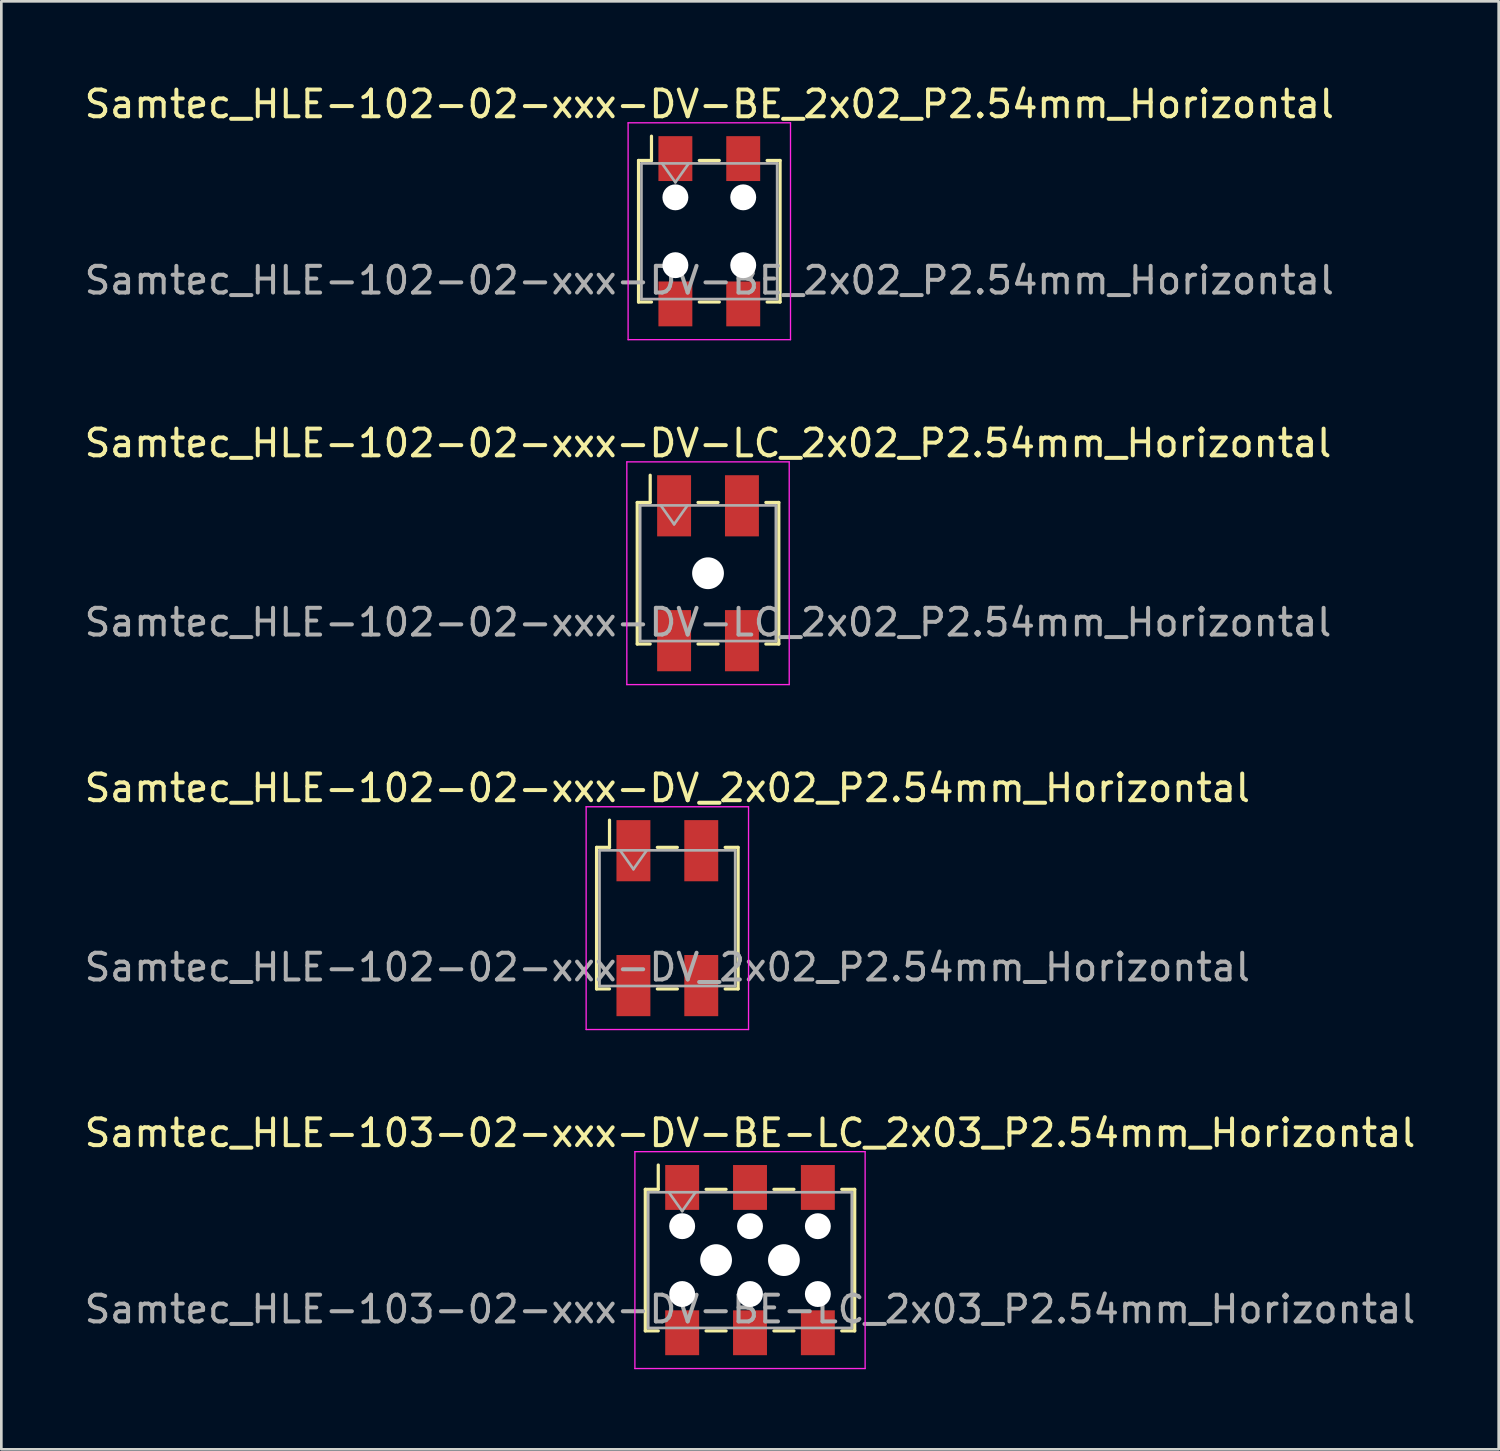
<source format=kicad_pcb>
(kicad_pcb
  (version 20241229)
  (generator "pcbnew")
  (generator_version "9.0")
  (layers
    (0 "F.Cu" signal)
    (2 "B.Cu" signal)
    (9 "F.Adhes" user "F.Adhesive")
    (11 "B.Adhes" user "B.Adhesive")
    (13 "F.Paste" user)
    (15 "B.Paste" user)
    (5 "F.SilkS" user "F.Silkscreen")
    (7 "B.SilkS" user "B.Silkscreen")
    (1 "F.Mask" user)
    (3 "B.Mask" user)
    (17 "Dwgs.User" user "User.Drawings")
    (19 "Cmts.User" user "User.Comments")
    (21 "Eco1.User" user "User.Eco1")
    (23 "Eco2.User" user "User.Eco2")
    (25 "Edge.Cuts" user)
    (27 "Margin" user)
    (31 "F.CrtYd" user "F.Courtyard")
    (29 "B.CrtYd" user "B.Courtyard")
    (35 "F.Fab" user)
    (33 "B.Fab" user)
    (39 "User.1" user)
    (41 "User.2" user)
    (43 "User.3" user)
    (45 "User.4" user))
  (footprint "Samtec_HLE-102-02-xxx-DV-LC_2x02_P2.54mm_Horizontal"
    (layer "F.Cu")
    (at 23.458 18.412)
    (property "Reference" "Samtec_HLE-102-02-xxx-DV-LC_2x02_P2.54mm_Horizontal" (at 0 -4.87 0) (layer "F.SilkS") (effects (font (size 1 1) (thickness 0.15))))
    (attr smd)
    (fp_line (start -2.65 -2.65) (end -2.65 2.65) (stroke (width 0.12) (type solid)) (layer "F.SilkS"))
    (fp_line (start -2.65 2.65) (end -2.165 2.65) (stroke (width 0.12) (type solid)) (layer "F.SilkS"))
    (fp_line (start -2.165 -3.67) (end -2.165 -2.65) (stroke (width 0.12) (type solid)) (layer "F.SilkS"))
    (fp_line (start -2.165 -2.65) (end -2.65 -2.65) (stroke (width 0.12) (type solid)) (layer "F.SilkS"))
    (fp_line (start -0.375 -2.65) (end 0.375 -2.65) (stroke (width 0.12) (type solid)) (layer "F.SilkS"))
    (fp_line (start -0.375 2.65) (end 0.375 2.65) (stroke (width 0.12) (type solid)) (layer "F.SilkS"))
    (fp_line (start 2.165 -2.65) (end 2.65 -2.65) (stroke (width 0.12) (type solid)) (layer "F.SilkS"))
    (fp_line (start 2.65 -2.65) (end 2.65 2.65) (stroke (width 0.12) (type solid)) (layer "F.SilkS"))
    (fp_line (start 2.65 2.65) (end 2.165 2.65) (stroke (width 0.12) (type solid)) (layer "F.SilkS"))
    (fp_line (start -3.04 -4.17) (end 3.04 -4.17) (stroke (width 0.05) (type solid)) (layer "F.CrtYd"))
    (fp_line (start -3.04 4.17) (end -3.04 -4.17) (stroke (width 0.05) (type solid)) (layer "F.CrtYd"))
    (fp_line (start 3.04 -4.17) (end 3.04 4.17) (stroke (width 0.05) (type solid)) (layer "F.CrtYd"))
    (fp_line (start 3.04 4.17) (end -3.04 4.17) (stroke (width 0.05) (type solid)) (layer "F.CrtYd"))
    (fp_line (start -2.54 -2.54) (end 2.54 -2.54) (stroke (width 0.1) (type solid)) (layer "F.Fab"))
    (fp_line (start -2.54 2.54) (end -2.54 -2.54) (stroke (width 0.1) (type solid)) (layer "F.Fab"))
    (fp_line (start -1.77 -2.54) (end -1.27 -1.833) (stroke (width 0.1) (type solid)) (layer "F.Fab"))
    (fp_line (start -1.27 -1.833) (end -0.77 -2.54) (stroke (width 0.1) (type solid)) (layer "F.Fab"))
    (fp_line (start 2.54 -2.54) (end 2.54 2.54) (stroke (width 0.1) (type solid)) (layer "F.Fab"))
    (fp_line (start 2.54 2.54) (end -2.54 2.54) (stroke (width 0.1) (type solid)) (layer "F.Fab"))
    (fp_text user "${REFERENCE}" (at 0 1.84 0) (layer "F.Fab") (effects (font (size 1 1) (thickness 0.15))))
    (pad "" np_thru_hole circle (at 0 0) (size 1.19 1.19) (drill 1.19) (layers "*.Cu" "*.Mask"))
    (pad "1" smd rect (at -1.27 -2.525) (size 1.27 2.29) (layers "F.Cu" "F.Mask" "F.Paste"))
    (pad "2" smd rect (at -1.27 2.525) (size 1.27 2.29) (layers "F.Cu" "F.Mask" "F.Paste"))
    (pad "3" smd rect (at 1.27 -2.525) (size 1.27 2.29) (layers "F.Cu" "F.Mask" "F.Paste"))
    (pad "4" smd rect (at 1.27 2.525) (size 1.27 2.29) (layers "F.Cu" "F.Mask" "F.Paste")))
  (footprint "Samtec_HLE-102-02-xxx-DV_2x02_P2.54mm_Horizontal"
    (layer "F.Cu")
    (at 21.935 31.325)
    (property "Reference" "Samtec_HLE-102-02-xxx-DV_2x02_P2.54mm_Horizontal" (at 0 -4.87 0) (layer "F.SilkS") (effects (font (size 1 1) (thickness 0.15))))
    (attr smd)
    (fp_line (start -2.65 -2.65) (end -2.65 2.65) (stroke (width 0.12) (type solid)) (layer "F.SilkS"))
    (fp_line (start -2.65 2.65) (end -2.165 2.65) (stroke (width 0.12) (type solid)) (layer "F.SilkS"))
    (fp_line (start -2.165 -3.67) (end -2.165 -2.65) (stroke (width 0.12) (type solid)) (layer "F.SilkS"))
    (fp_line (start -2.165 -2.65) (end -2.65 -2.65) (stroke (width 0.12) (type solid)) (layer "F.SilkS"))
    (fp_line (start -0.375 -2.65) (end 0.375 -2.65) (stroke (width 0.12) (type solid)) (layer "F.SilkS"))
    (fp_line (start -0.375 2.65) (end 0.375 2.65) (stroke (width 0.12) (type solid)) (layer "F.SilkS"))
    (fp_line (start 2.165 -2.65) (end 2.65 -2.65) (stroke (width 0.12) (type solid)) (layer "F.SilkS"))
    (fp_line (start 2.65 -2.65) (end 2.65 2.65) (stroke (width 0.12) (type solid)) (layer "F.SilkS"))
    (fp_line (start 2.65 2.65) (end 2.165 2.65) (stroke (width 0.12) (type solid)) (layer "F.SilkS"))
    (fp_line (start -3.04 -4.17) (end 3.04 -4.17) (stroke (width 0.05) (type solid)) (layer "F.CrtYd"))
    (fp_line (start -3.04 4.17) (end -3.04 -4.17) (stroke (width 0.05) (type solid)) (layer "F.CrtYd"))
    (fp_line (start 3.04 -4.17) (end 3.04 4.17) (stroke (width 0.05) (type solid)) (layer "F.CrtYd"))
    (fp_line (start 3.04 4.17) (end -3.04 4.17) (stroke (width 0.05) (type solid)) (layer "F.CrtYd"))
    (fp_line (start -2.54 -2.54) (end 2.54 -2.54) (stroke (width 0.1) (type solid)) (layer "F.Fab"))
    (fp_line (start -2.54 2.54) (end -2.54 -2.54) (stroke (width 0.1) (type solid)) (layer "F.Fab"))
    (fp_line (start -1.77 -2.54) (end -1.27 -1.833) (stroke (width 0.1) (type solid)) (layer "F.Fab"))
    (fp_line (start -1.27 -1.833) (end -0.77 -2.54) (stroke (width 0.1) (type solid)) (layer "F.Fab"))
    (fp_line (start 2.54 -2.54) (end 2.54 2.54) (stroke (width 0.1) (type solid)) (layer "F.Fab"))
    (fp_line (start 2.54 2.54) (end -2.54 2.54) (stroke (width 0.1) (type solid)) (layer "F.Fab"))
    (fp_text user "${REFERENCE}" (at 0 1.84 0) (layer "F.Fab") (effects (font (size 1 1) (thickness 0.15))))
    (pad "1" smd rect (at -1.27 -2.525) (size 1.27 2.29) (layers "F.Cu" "F.Mask" "F.Paste"))
    (pad "2" smd rect (at -1.27 2.525) (size 1.27 2.29) (layers "F.Cu" "F.Mask" "F.Paste"))
    (pad "3" smd rect (at 1.27 -2.525) (size 1.27 2.29) (layers "F.Cu" "F.Mask" "F.Paste"))
    (pad "4" smd rect (at 1.27 2.525) (size 1.27 2.29) (layers "F.Cu" "F.Mask" "F.Paste")))
  (footprint "Samtec_HLE-103-02-xxx-DV-BE-LC_2x03_P2.54mm_Horizontal"
    (layer "F.Cu")
    (at 25.03 44.128)
    (property "Reference" "Samtec_HLE-103-02-xxx-DV-BE-LC_2x03_P2.54mm_Horizontal" (at 0 -4.76 0) (layer "F.SilkS") (effects (font (size 1 1) (thickness 0.15))))
    (attr smd)
    (fp_line (start -3.92 -2.65) (end -3.92 2.65) (stroke (width 0.12) (type solid)) (layer "F.SilkS"))
    (fp_line (start -3.92 2.65) (end -3.435 2.65) (stroke (width 0.12) (type solid)) (layer "F.SilkS"))
    (fp_line (start -3.435 -3.56) (end -3.435 -2.65) (stroke (width 0.12) (type solid)) (layer "F.SilkS"))
    (fp_line (start -3.435 -2.65) (end -3.92 -2.65) (stroke (width 0.12) (type solid)) (layer "F.SilkS"))
    (fp_line (start -1.645 -2.65) (end -0.895 -2.65) (stroke (width 0.12) (type solid)) (layer "F.SilkS"))
    (fp_line (start -1.645 2.65) (end -0.895 2.65) (stroke (width 0.12) (type solid)) (layer "F.SilkS"))
    (fp_line (start 0.895 -2.65) (end 1.645 -2.65) (stroke (width 0.12) (type solid)) (layer "F.SilkS"))
    (fp_line (start 0.895 2.65) (end 1.645 2.65) (stroke (width 0.12) (type solid)) (layer "F.SilkS"))
    (fp_line (start 3.435 -2.65) (end 3.92 -2.65) (stroke (width 0.12) (type solid)) (layer "F.SilkS"))
    (fp_line (start 3.92 -2.65) (end 3.92 2.65) (stroke (width 0.12) (type solid)) (layer "F.SilkS"))
    (fp_line (start 3.92 2.65) (end 3.435 2.65) (stroke (width 0.12) (type solid)) (layer "F.SilkS"))
    (fp_line (start -4.31 -4.06) (end 4.31 -4.06) (stroke (width 0.05) (type solid)) (layer "F.CrtYd"))
    (fp_line (start -4.31 4.06) (end -4.31 -4.06) (stroke (width 0.05) (type solid)) (layer "F.CrtYd"))
    (fp_line (start 4.31 -4.06) (end 4.31 4.06) (stroke (width 0.05) (type solid)) (layer "F.CrtYd"))
    (fp_line (start 4.31 4.06) (end -4.31 4.06) (stroke (width 0.05) (type solid)) (layer "F.CrtYd"))
    (fp_line (start -3.81 -2.54) (end 3.81 -2.54) (stroke (width 0.1) (type solid)) (layer "F.Fab"))
    (fp_line (start -3.81 2.54) (end -3.81 -2.54) (stroke (width 0.1) (type solid)) (layer "F.Fab"))
    (fp_line (start -3.04 -2.54) (end -2.54 -1.833) (stroke (width 0.1) (type solid)) (layer "F.Fab"))
    (fp_line (start -2.54 -1.833) (end -2.04 -2.54) (stroke (width 0.1) (type solid)) (layer "F.Fab"))
    (fp_line (start 3.81 -2.54) (end 3.81 2.54) (stroke (width 0.1) (type solid)) (layer "F.Fab"))
    (fp_line (start 3.81 2.54) (end -3.81 2.54) (stroke (width 0.1) (type solid)) (layer "F.Fab"))
    (fp_text user "${REFERENCE}" (at 0 1.84 0) (layer "F.Fab") (effects (font (size 1 1) (thickness 0.15))))
    (pad "" np_thru_hole circle (at -2.54 -1.27) (size 0.97 0.97) (drill 0.97) (layers "*.Cu" "*.Mask"))
    (pad "" np_thru_hole circle (at -2.54 1.27) (size 0.97 0.97) (drill 0.97) (layers "*.Cu" "*.Mask"))
    (pad "" np_thru_hole circle (at -1.27 0) (size 1.19 1.19) (drill 1.19) (layers "*.Cu" "*.Mask"))
    (pad "" np_thru_hole circle (at 0 -1.27) (size 0.97 0.97) (drill 0.97) (layers "*.Cu" "*.Mask"))
    (pad "" np_thru_hole circle (at 0 1.27) (size 0.97 0.97) (drill 0.97) (layers "*.Cu" "*.Mask"))
    (pad "" np_thru_hole circle (at 1.27 0) (size 1.19 1.19) (drill 1.19) (layers "*.Cu" "*.Mask"))
    (pad "" np_thru_hole circle (at 2.54 -1.27) (size 0.97 0.97) (drill 0.97) (layers "*.Cu" "*.Mask"))
    (pad "" np_thru_hole circle (at 2.54 1.27) (size 0.97 0.97) (drill 0.97) (layers "*.Cu" "*.Mask"))
    (pad "1" smd rect (at -2.54 -2.72) (size 1.27 1.68) (layers "F.Cu" "F.Mask" "F.Paste"))
    (pad "2" smd rect (at -2.54 2.72) (size 1.27 1.68) (layers "F.Cu" "F.Mask" "F.Paste"))
    (pad "3" smd rect (at 0 -2.72) (size 1.27 1.68) (layers "F.Cu" "F.Mask" "F.Paste"))
    (pad "4" smd rect (at 0 2.72) (size 1.27 1.68) (layers "F.Cu" "F.Mask" "F.Paste"))
    (pad "5" smd rect (at 2.54 -2.72) (size 1.27 1.68) (layers "F.Cu" "F.Mask" "F.Paste"))
    (pad "6" smd rect (at 2.54 2.72) (size 1.27 1.68) (layers "F.Cu" "F.Mask" "F.Paste")))
  (footprint "Samtec_HLE-102-02-xxx-DV-BE_2x02_P2.54mm_Horizontal"
    (layer "F.Cu")
    (at 23.506 5.608)
    (property "Reference" "Samtec_HLE-102-02-xxx-DV-BE_2x02_P2.54mm_Horizontal" (at 0 -4.76 0) (layer "F.SilkS") (effects (font (size 1 1) (thickness 0.15))))
    (attr smd)
    (fp_line (start -2.65 -2.65) (end -2.65 2.65) (stroke (width 0.12) (type solid)) (layer "F.SilkS"))
    (fp_line (start -2.65 2.65) (end -2.165 2.65) (stroke (width 0.12) (type solid)) (layer "F.SilkS"))
    (fp_line (start -2.165 -3.56) (end -2.165 -2.65) (stroke (width 0.12) (type solid)) (layer "F.SilkS"))
    (fp_line (start -2.165 -2.65) (end -2.65 -2.65) (stroke (width 0.12) (type solid)) (layer "F.SilkS"))
    (fp_line (start -0.375 -2.65) (end 0.375 -2.65) (stroke (width 0.12) (type solid)) (layer "F.SilkS"))
    (fp_line (start -0.375 2.65) (end 0.375 2.65) (stroke (width 0.12) (type solid)) (layer "F.SilkS"))
    (fp_line (start 2.165 -2.65) (end 2.65 -2.65) (stroke (width 0.12) (type solid)) (layer "F.SilkS"))
    (fp_line (start 2.65 -2.65) (end 2.65 2.65) (stroke (width 0.12) (type solid)) (layer "F.SilkS"))
    (fp_line (start 2.65 2.65) (end 2.165 2.65) (stroke (width 0.12) (type solid)) (layer "F.SilkS"))
    (fp_line (start -3.04 -4.06) (end 3.04 -4.06) (stroke (width 0.05) (type solid)) (layer "F.CrtYd"))
    (fp_line (start -3.04 4.06) (end -3.04 -4.06) (stroke (width 0.05) (type solid)) (layer "F.CrtYd"))
    (fp_line (start 3.04 -4.06) (end 3.04 4.06) (stroke (width 0.05) (type solid)) (layer "F.CrtYd"))
    (fp_line (start 3.04 4.06) (end -3.04 4.06) (stroke (width 0.05) (type solid)) (layer "F.CrtYd"))
    (fp_line (start -2.54 -2.54) (end 2.54 -2.54) (stroke (width 0.1) (type solid)) (layer "F.Fab"))
    (fp_line (start -2.54 2.54) (end -2.54 -2.54) (stroke (width 0.1) (type solid)) (layer "F.Fab"))
    (fp_line (start -1.77 -2.54) (end -1.27 -1.833) (stroke (width 0.1) (type solid)) (layer "F.Fab"))
    (fp_line (start -1.27 -1.833) (end -0.77 -2.54) (stroke (width 0.1) (type solid)) (layer "F.Fab"))
    (fp_line (start 2.54 -2.54) (end 2.54 2.54) (stroke (width 0.1) (type solid)) (layer "F.Fab"))
    (fp_line (start 2.54 2.54) (end -2.54 2.54) (stroke (width 0.1) (type solid)) (layer "F.Fab"))
    (fp_text user "${REFERENCE}" (at 0 1.84 0) (layer "F.Fab") (effects (font (size 1 1) (thickness 0.15))))
    (pad "" np_thru_hole circle (at -1.27 -1.27) (size 0.97 0.97) (drill 0.97) (layers "*.Cu" "*.Mask"))
    (pad "" np_thru_hole circle (at -1.27 1.27) (size 0.97 0.97) (drill 0.97) (layers "*.Cu" "*.Mask"))
    (pad "" np_thru_hole circle (at 1.27 -1.27) (size 0.97 0.97) (drill 0.97) (layers "*.Cu" "*.Mask"))
    (pad "" np_thru_hole circle (at 1.27 1.27) (size 0.97 0.97) (drill 0.97) (layers "*.Cu" "*.Mask"))
    (pad "1" smd rect (at -1.27 -2.72) (size 1.27 1.68) (layers "F.Cu" "F.Mask" "F.Paste"))
    (pad "2" smd rect (at -1.27 2.72) (size 1.27 1.68) (layers "F.Cu" "F.Mask" "F.Paste"))
    (pad "3" smd rect (at 1.27 -2.72) (size 1.27 1.68) (layers "F.Cu" "F.Mask" "F.Paste"))
    (pad "4" smd rect (at 1.27 2.72) (size 1.27 1.68) (layers "F.Cu" "F.Mask" "F.Paste")))
  (gr_rect
    (start -3 -3)
    (end 53.06 51.213)
    (stroke (width 0.1) (type default))
    (fill no)
    (layer "Edge.Cuts")))
</source>
